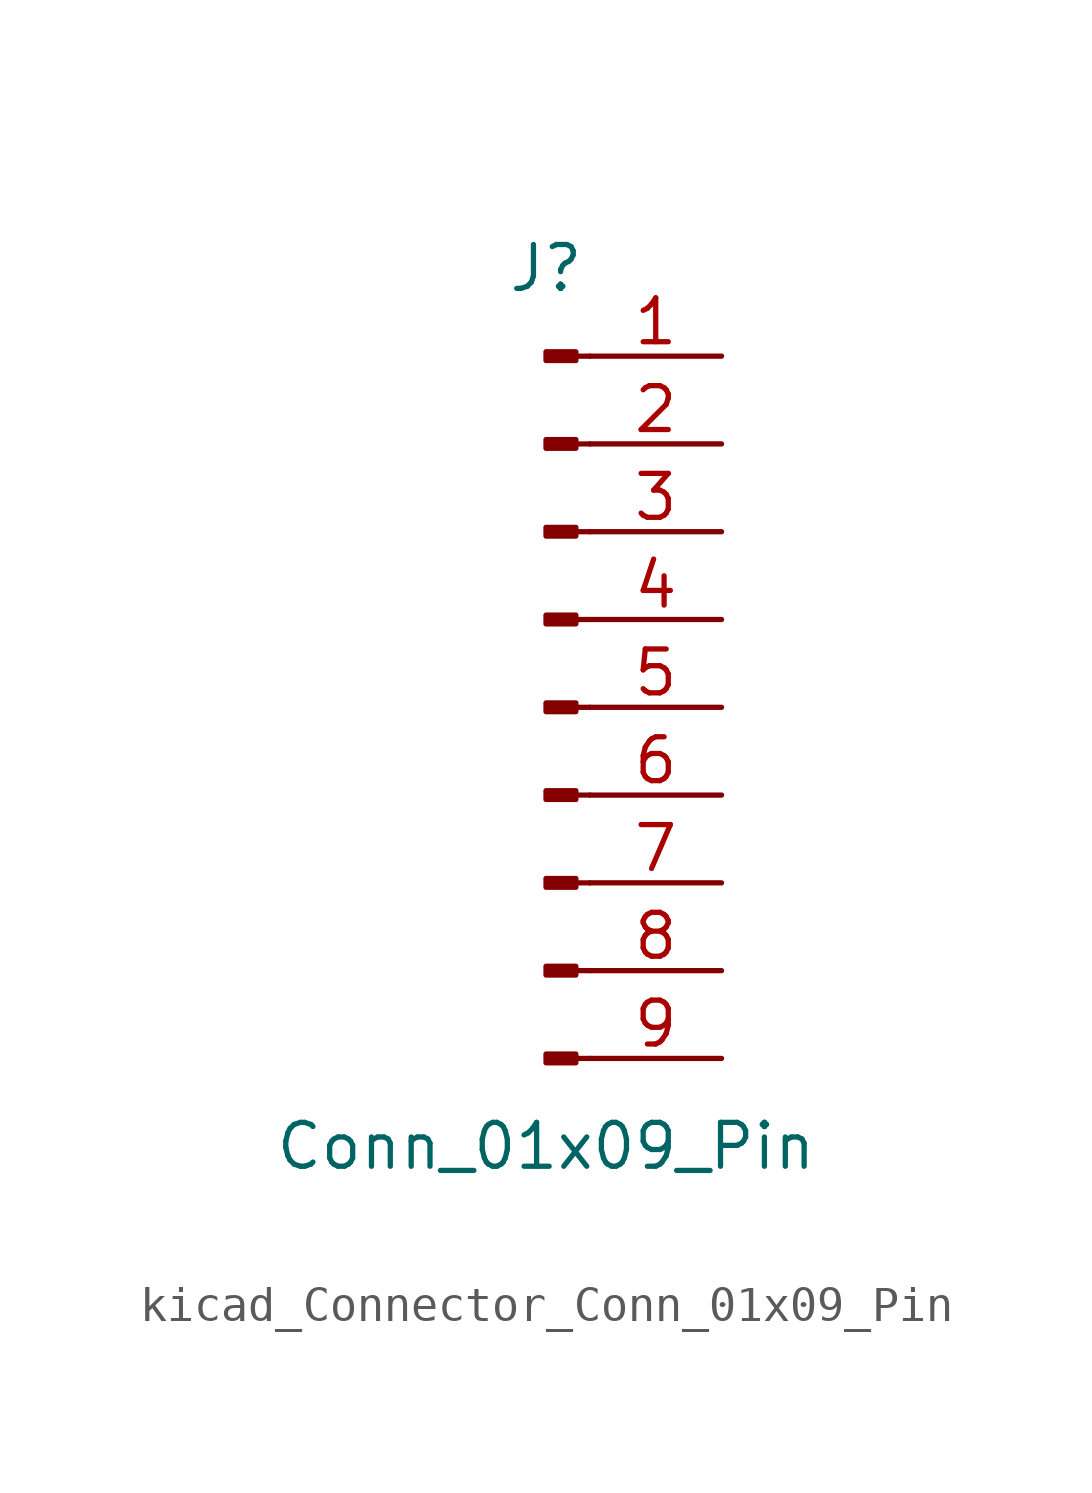
<source format=kicad_sym>
(kicad_symbol_lib
  (version 20220914)
  (generator kicad_symbol_editor)
  (symbol "kicad_Connector_Conn_01x09_Pin"
    (pin_names
      (offset 1.016) hide)
    (property "Reference" "J"
      (at 0 12.7 0)
      (effects (font (size 1.27 1.27))))
    (property "Value" "Conn_01x09_Pin"
      (at 0 -12.7 0)
      (effects (font (size 1.27 1.27))))
    (property "ki_locked" ""
      (at 0 0 0)
      (effects (font (size 1.27 1.27))))
    (symbol "kicad_Connector_Conn_01x09_Pin_1_1"
      (polyline (pts (xy 1.27 -10.16) (xy 0.864 -10.16)) (stroke (width 0.152) (type default)) (fill (type none)))
      (polyline (pts (xy 1.27 -7.62) (xy 0.864 -7.62)) (stroke (width 0.152) (type default)) (fill (type none)))
      (polyline (pts (xy 1.27 -5.08) (xy 0.864 -5.08)) (stroke (width 0.152) (type default)) (fill (type none)))
      (polyline (pts (xy 1.27 -2.54) (xy 0.864 -2.54)) (stroke (width 0.152) (type default)) (fill (type none)))
      (polyline (pts (xy 1.27 0) (xy 0.864 0)) (stroke (width 0.152) (type default)) (fill (type none)))
      (polyline (pts (xy 1.27 2.54) (xy 0.864 2.54)) (stroke (width 0.152) (type default)) (fill (type none)))
      (polyline (pts (xy 1.27 5.08) (xy 0.864 5.08)) (stroke (width 0.152) (type default)) (fill (type none)))
      (polyline (pts (xy 1.27 7.62) (xy 0.864 7.62)) (stroke (width 0.152) (type default)) (fill (type none)))
      (polyline (pts (xy 1.27 10.16) (xy 0.864 10.16)) (stroke (width 0.152) (type default)) (fill (type none)))
      (rectangle (start 0.864 -10.033) (end 0 -10.287) (stroke (width 0.152) (type default)) (fill (type outline)))
      (rectangle (start 0.864 -7.493) (end 0 -7.747) (stroke (width 0.152) (type default)) (fill (type outline)))
      (rectangle (start 0.864 -4.953) (end 0 -5.207) (stroke (width 0.152) (type default)) (fill (type outline)))
      (rectangle (start 0.864 -2.413) (end 0 -2.667) (stroke (width 0.152) (type default)) (fill (type outline)))
      (rectangle (start 0.864 0.127) (end 0 -0.127) (stroke (width 0.152) (type default)) (fill (type outline)))
      (rectangle (start 0.864 2.667) (end 0 2.413) (stroke (width 0.152) (type default)) (fill (type outline)))
      (rectangle (start 0.864 5.207) (end 0 4.953) (stroke (width 0.152) (type default)) (fill (type outline)))
      (rectangle (start 0.864 7.747) (end 0 7.493) (stroke (width 0.152) (type default)) (fill (type outline)))
      (rectangle (start 0.864 10.287) (end 0 10.033) (stroke (width 0.152) (type default)) (fill (type outline)))
      (pin passive line (at 5.08 10.16 180) (length 3.81) (name "Pin_1" (effects (font (size 1.27 1.27)))) (number "1" (effects (font (size 1.27 1.27)))))
      (pin passive line (at 5.08 7.62 180) (length 3.81) (name "Pin_2" (effects (font (size 1.27 1.27)))) (number "2" (effects (font (size 1.27 1.27)))))
      (pin passive line (at 5.08 5.08 180) (length 3.81) (name "Pin_3" (effects (font (size 1.27 1.27)))) (number "3" (effects (font (size 1.27 1.27)))))
      (pin passive line (at 5.08 2.54 180) (length 3.81) (name "Pin_4" (effects (font (size 1.27 1.27)))) (number "4" (effects (font (size 1.27 1.27)))))
      (pin passive line (at 5.08 0 180) (length 3.81) (name "Pin_5" (effects (font (size 1.27 1.27)))) (number "5" (effects (font (size 1.27 1.27)))))
      (pin passive line (at 5.08 -2.54 180) (length 3.81) (name "Pin_6" (effects (font (size 1.27 1.27)))) (number "6" (effects (font (size 1.27 1.27)))))
      (pin passive line (at 5.08 -5.08 180) (length 3.81) (name "Pin_7" (effects (font (size 1.27 1.27)))) (number "7" (effects (font (size 1.27 1.27)))))
      (pin passive line (at 5.08 -7.62 180) (length 3.81) (name "Pin_8" (effects (font (size 1.27 1.27)))) (number "8" (effects (font (size 1.27 1.27)))))
      (pin passive line (at 5.08 -10.16 180) (length 3.81) (name "Pin_9" (effects (font (size 1.27 1.27)))) (number "9" (effects (font (size 1.27 1.27))))))))
</source>
